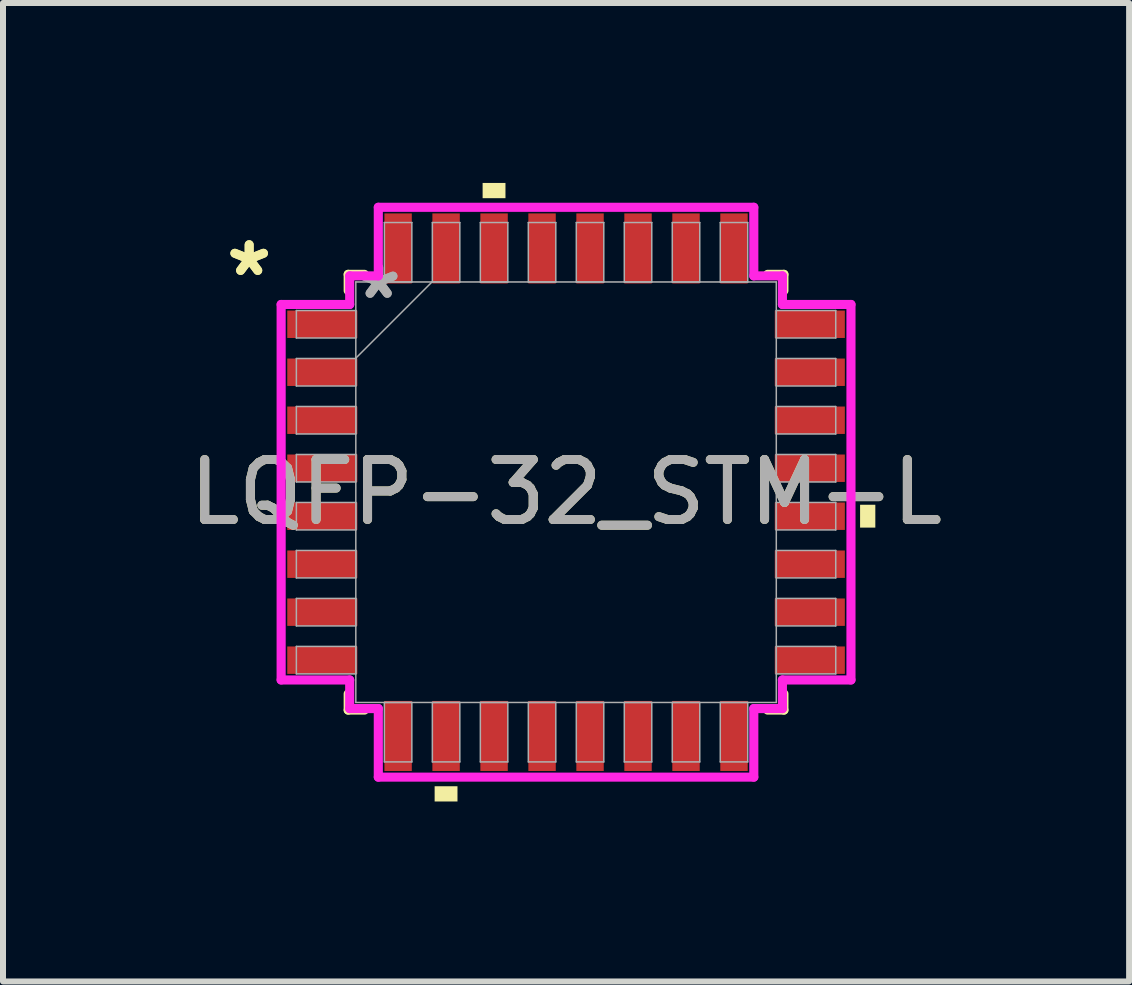
<source format=kicad_pcb>
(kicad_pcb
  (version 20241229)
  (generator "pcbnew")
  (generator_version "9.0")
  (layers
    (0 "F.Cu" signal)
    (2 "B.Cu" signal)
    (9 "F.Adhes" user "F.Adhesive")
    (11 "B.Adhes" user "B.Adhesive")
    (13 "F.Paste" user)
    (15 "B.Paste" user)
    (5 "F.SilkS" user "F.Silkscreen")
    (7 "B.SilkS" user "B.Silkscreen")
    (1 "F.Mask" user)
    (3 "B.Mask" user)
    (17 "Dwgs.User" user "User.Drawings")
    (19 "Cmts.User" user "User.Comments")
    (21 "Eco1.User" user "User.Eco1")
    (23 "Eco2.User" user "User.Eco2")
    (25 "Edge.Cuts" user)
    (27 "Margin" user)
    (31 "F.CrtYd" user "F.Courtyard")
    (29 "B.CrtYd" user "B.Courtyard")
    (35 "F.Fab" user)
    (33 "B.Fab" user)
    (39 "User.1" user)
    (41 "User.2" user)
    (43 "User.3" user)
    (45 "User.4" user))
  (footprint "LQFP-32_STM-L"
    (layer "F.Cu")
    (at 6.387 5.156)
    (property "Reference" "LQFP-32_STM-L" (at 0 0 0) (unlocked yes) (layer "F.SilkS") (effects (font (size 1 1) (thickness 0.15))))
    (attr smd)
    (fp_line (start -3.632 -3.632) (end -3.632 -3.361) (stroke (width 0.152) (type solid)) (layer "F.SilkS"))
    (fp_line (start -3.632 3.361) (end -3.632 3.632) (stroke (width 0.152) (type solid)) (layer "F.SilkS"))
    (fp_line (start -3.632 3.632) (end -3.361 3.632) (stroke (width 0.152) (type solid)) (layer "F.SilkS"))
    (fp_line (start -3.361 -3.632) (end -3.632 -3.632) (stroke (width 0.152) (type solid)) (layer "F.SilkS"))
    (fp_line (start 3.361 3.632) (end 3.632 3.632) (stroke (width 0.152) (type solid)) (layer "F.SilkS"))
    (fp_line (start 3.632 -3.632) (end 3.361 -3.632) (stroke (width 0.152) (type solid)) (layer "F.SilkS"))
    (fp_line (start 3.632 -3.361) (end 3.632 -3.632) (stroke (width 0.152) (type solid)) (layer "F.SilkS"))
    (fp_line (start 3.632 3.632) (end 3.632 3.361) (stroke (width 0.152) (type solid)) (layer "F.SilkS"))
    (fp_poly (pts (xy -2.191 4.902) (xy -2.191 5.156) (xy -1.81 5.156) (xy -1.81 4.902)) (stroke (width 0) (type solid)) (fill yes) (layer "F.SilkS"))
    (fp_poly (pts (xy -1.391 -4.902) (xy -1.391 -5.156) (xy -1.01 -5.156) (xy -1.01 -4.902)) (stroke (width 0) (type solid)) (fill yes) (layer "F.SilkS"))
    (fp_poly (pts (xy 5.156 0.209) (xy 5.156 0.59) (xy 4.902 0.59) (xy 4.902 0.209)) (stroke (width 0) (type solid)) (fill yes) (layer "F.SilkS"))
    (fp_line (start -4.75 -3.13) (end -3.607 -3.13) (stroke (width 0.152) (type solid)) (layer "F.CrtYd"))
    (fp_line (start -4.75 3.13) (end -4.75 -3.13) (stroke (width 0.152) (type solid)) (layer "F.CrtYd"))
    (fp_line (start -3.607 -3.607) (end -3.13 -3.607) (stroke (width 0.152) (type solid)) (layer "F.CrtYd"))
    (fp_line (start -3.607 -3.13) (end -3.607 -3.607) (stroke (width 0.152) (type solid)) (layer "F.CrtYd"))
    (fp_line (start -3.607 3.13) (end -4.75 3.13) (stroke (width 0.152) (type solid)) (layer "F.CrtYd"))
    (fp_line (start -3.607 3.607) (end -3.607 3.13) (stroke (width 0.152) (type solid)) (layer "F.CrtYd"))
    (fp_line (start -3.607 3.607) (end -3.13 3.607) (stroke (width 0.152) (type solid)) (layer "F.CrtYd"))
    (fp_line (start -3.13 -4.75) (end 3.13 -4.75) (stroke (width 0.152) (type solid)) (layer "F.CrtYd"))
    (fp_line (start -3.13 -3.607) (end -3.13 -4.75) (stroke (width 0.152) (type solid)) (layer "F.CrtYd"))
    (fp_line (start -3.13 3.607) (end -3.13 4.75) (stroke (width 0.152) (type solid)) (layer "F.CrtYd"))
    (fp_line (start -3.13 4.75) (end 3.13 4.75) (stroke (width 0.152) (type solid)) (layer "F.CrtYd"))
    (fp_line (start 3.13 -4.75) (end 3.13 -3.607) (stroke (width 0.152) (type solid)) (layer "F.CrtYd"))
    (fp_line (start 3.13 -3.607) (end 3.607 -3.607) (stroke (width 0.152) (type solid)) (layer "F.CrtYd"))
    (fp_line (start 3.13 3.607) (end 3.607 3.607) (stroke (width 0.152) (type solid)) (layer "F.CrtYd"))
    (fp_line (start 3.13 4.75) (end 3.13 3.607) (stroke (width 0.152) (type solid)) (layer "F.CrtYd"))
    (fp_line (start 3.607 -3.13) (end 3.607 -3.607) (stroke (width 0.152) (type solid)) (layer "F.CrtYd"))
    (fp_line (start 3.607 3.13) (end 4.75 3.13) (stroke (width 0.152) (type solid)) (layer "F.CrtYd"))
    (fp_line (start 3.607 3.607) (end 3.607 3.13) (stroke (width 0.152) (type solid)) (layer "F.CrtYd"))
    (fp_line (start 4.75 -3.13) (end 3.607 -3.13) (stroke (width 0.152) (type solid)) (layer "F.CrtYd"))
    (fp_line (start 4.75 3.13) (end 4.75 -3.13) (stroke (width 0.152) (type solid)) (layer "F.CrtYd"))
    (fp_line (start -4.496 -3.029) (end -4.496 -2.571) (stroke (width 0.025) (type solid)) (layer "F.Fab"))
    (fp_line (start -4.496 -2.571) (end -3.505 -2.571) (stroke (width 0.025) (type solid)) (layer "F.Fab"))
    (fp_line (start -4.496 -2.229) (end -4.496 -1.771) (stroke (width 0.025) (type solid)) (layer "F.Fab"))
    (fp_line (start -4.496 -1.771) (end -3.505 -1.771) (stroke (width 0.025) (type solid)) (layer "F.Fab"))
    (fp_line (start -4.496 -1.429) (end -4.496 -0.971) (stroke (width 0.025) (type solid)) (layer "F.Fab"))
    (fp_line (start -4.496 -0.971) (end -3.505 -0.971) (stroke (width 0.025) (type solid)) (layer "F.Fab"))
    (fp_line (start -4.496 -0.629) (end -4.496 -0.171) (stroke (width 0.025) (type solid)) (layer "F.Fab"))
    (fp_line (start -4.496 -0.171) (end -3.505 -0.171) (stroke (width 0.025) (type solid)) (layer "F.Fab"))
    (fp_line (start -4.496 0.171) (end -4.496 0.629) (stroke (width 0.025) (type solid)) (layer "F.Fab"))
    (fp_line (start -4.496 0.629) (end -3.505 0.629) (stroke (width 0.025) (type solid)) (layer "F.Fab"))
    (fp_line (start -4.496 0.971) (end -4.496 1.429) (stroke (width 0.025) (type solid)) (layer "F.Fab"))
    (fp_line (start -4.496 1.429) (end -3.505 1.429) (stroke (width 0.025) (type solid)) (layer "F.Fab"))
    (fp_line (start -4.496 1.771) (end -4.496 2.229) (stroke (width 0.025) (type solid)) (layer "F.Fab"))
    (fp_line (start -4.496 2.229) (end -3.505 2.229) (stroke (width 0.025) (type solid)) (layer "F.Fab"))
    (fp_line (start -4.496 2.571) (end -4.496 3.029) (stroke (width 0.025) (type solid)) (layer "F.Fab"))
    (fp_line (start -4.496 3.029) (end -3.505 3.029) (stroke (width 0.025) (type solid)) (layer "F.Fab"))
    (fp_line (start -3.505 -3.505) (end -3.505 3.505) (stroke (width 0.025) (type solid)) (layer "F.Fab"))
    (fp_line (start -3.505 -3.029) (end -4.496 -3.029) (stroke (width 0.025) (type solid)) (layer "F.Fab"))
    (fp_line (start -3.505 -2.571) (end -3.505 -3.029) (stroke (width 0.025) (type solid)) (layer "F.Fab"))
    (fp_line (start -3.505 -2.235) (end -2.235 -3.505) (stroke (width 0.025) (type solid)) (layer "F.Fab"))
    (fp_line (start -3.505 -2.229) (end -4.496 -2.229) (stroke (width 0.025) (type solid)) (layer "F.Fab"))
    (fp_line (start -3.505 -1.771) (end -3.505 -2.229) (stroke (width 0.025) (type solid)) (layer "F.Fab"))
    (fp_line (start -3.505 -1.429) (end -4.496 -1.429) (stroke (width 0.025) (type solid)) (layer "F.Fab"))
    (fp_line (start -3.505 -0.971) (end -3.505 -1.429) (stroke (width 0.025) (type solid)) (layer "F.Fab"))
    (fp_line (start -3.505 -0.629) (end -4.496 -0.629) (stroke (width 0.025) (type solid)) (layer "F.Fab"))
    (fp_line (start -3.505 -0.171) (end -3.505 -0.629) (stroke (width 0.025) (type solid)) (layer "F.Fab"))
    (fp_line (start -3.505 0.171) (end -4.496 0.171) (stroke (width 0.025) (type solid)) (layer "F.Fab"))
    (fp_line (start -3.505 0.629) (end -3.505 0.171) (stroke (width 0.025) (type solid)) (layer "F.Fab"))
    (fp_line (start -3.505 0.971) (end -4.496 0.971) (stroke (width 0.025) (type solid)) (layer "F.Fab"))
    (fp_line (start -3.505 1.429) (end -3.505 0.971) (stroke (width 0.025) (type solid)) (layer "F.Fab"))
    (fp_line (start -3.505 1.771) (end -4.496 1.771) (stroke (width 0.025) (type solid)) (layer "F.Fab"))
    (fp_line (start -3.505 2.229) (end -3.505 1.771) (stroke (width 0.025) (type solid)) (layer "F.Fab"))
    (fp_line (start -3.505 2.571) (end -4.496 2.571) (stroke (width 0.025) (type solid)) (layer "F.Fab"))
    (fp_line (start -3.505 3.029) (end -3.505 2.571) (stroke (width 0.025) (type solid)) (layer "F.Fab"))
    (fp_line (start -3.505 3.505) (end 3.505 3.505) (stroke (width 0.025) (type solid)) (layer "F.Fab"))
    (fp_line (start -3.029 -4.496) (end -3.029 -3.505) (stroke (width 0.025) (type solid)) (layer "F.Fab"))
    (fp_line (start -3.029 -3.505) (end -2.571 -3.505) (stroke (width 0.025) (type solid)) (layer "F.Fab"))
    (fp_line (start -3.029 3.505) (end -3.029 4.496) (stroke (width 0.025) (type solid)) (layer "F.Fab"))
    (fp_line (start -3.029 4.496) (end -2.571 4.496) (stroke (width 0.025) (type solid)) (layer "F.Fab"))
    (fp_line (start -2.571 -4.496) (end -3.029 -4.496) (stroke (width 0.025) (type solid)) (layer "F.Fab"))
    (fp_line (start -2.571 -3.505) (end -2.571 -4.496) (stroke (width 0.025) (type solid)) (layer "F.Fab"))
    (fp_line (start -2.571 3.505) (end -3.029 3.505) (stroke (width 0.025) (type solid)) (layer "F.Fab"))
    (fp_line (start -2.571 4.496) (end -2.571 3.505) (stroke (width 0.025) (type solid)) (layer "F.Fab"))
    (fp_line (start -2.229 -4.496) (end -2.229 -3.505) (stroke (width 0.025) (type solid)) (layer "F.Fab"))
    (fp_line (start -2.229 -3.505) (end -1.771 -3.505) (stroke (width 0.025) (type solid)) (layer "F.Fab"))
    (fp_line (start -2.229 3.505) (end -2.229 4.496) (stroke (width 0.025) (type solid)) (layer "F.Fab"))
    (fp_line (start -2.229 4.496) (end -1.771 4.496) (stroke (width 0.025) (type solid)) (layer "F.Fab"))
    (fp_line (start -1.771 -4.496) (end -2.229 -4.496) (stroke (width 0.025) (type solid)) (layer "F.Fab"))
    (fp_line (start -1.771 -3.505) (end -1.771 -4.496) (stroke (width 0.025) (type solid)) (layer "F.Fab"))
    (fp_line (start -1.771 3.505) (end -2.229 3.505) (stroke (width 0.025) (type solid)) (layer "F.Fab"))
    (fp_line (start -1.771 4.496) (end -1.771 3.505) (stroke (width 0.025) (type solid)) (layer "F.Fab"))
    (fp_line (start -1.429 -4.496) (end -1.429 -3.505) (stroke (width 0.025) (type solid)) (layer "F.Fab"))
    (fp_line (start -1.429 -3.505) (end -0.971 -3.505) (stroke (width 0.025) (type solid)) (layer "F.Fab"))
    (fp_line (start -1.429 3.505) (end -1.429 4.496) (stroke (width 0.025) (type solid)) (layer "F.Fab"))
    (fp_line (start -1.429 4.496) (end -0.971 4.496) (stroke (width 0.025) (type solid)) (layer "F.Fab"))
    (fp_line (start -0.971 -4.496) (end -1.429 -4.496) (stroke (width 0.025) (type solid)) (layer "F.Fab"))
    (fp_line (start -0.971 -3.505) (end -0.971 -4.496) (stroke (width 0.025) (type solid)) (layer "F.Fab"))
    (fp_line (start -0.971 3.505) (end -1.429 3.505) (stroke (width 0.025) (type solid)) (layer "F.Fab"))
    (fp_line (start -0.971 4.496) (end -0.971 3.505) (stroke (width 0.025) (type solid)) (layer "F.Fab"))
    (fp_line (start -0.629 -4.496) (end -0.629 -3.505) (stroke (width 0.025) (type solid)) (layer "F.Fab"))
    (fp_line (start -0.629 -3.505) (end -0.171 -3.505) (stroke (width 0.025) (type solid)) (layer "F.Fab"))
    (fp_line (start -0.629 3.505) (end -0.629 4.496) (stroke (width 0.025) (type solid)) (layer "F.Fab"))
    (fp_line (start -0.629 4.496) (end -0.171 4.496) (stroke (width 0.025) (type solid)) (layer "F.Fab"))
    (fp_line (start -0.171 -4.496) (end -0.629 -4.496) (stroke (width 0.025) (type solid)) (layer "F.Fab"))
    (fp_line (start -0.171 -3.505) (end -0.171 -4.496) (stroke (width 0.025) (type solid)) (layer "F.Fab"))
    (fp_line (start -0.171 3.505) (end -0.629 3.505) (stroke (width 0.025) (type solid)) (layer "F.Fab"))
    (fp_line (start -0.171 4.496) (end -0.171 3.505) (stroke (width 0.025) (type solid)) (layer "F.Fab"))
    (fp_line (start 0.171 -4.496) (end 0.171 -3.505) (stroke (width 0.025) (type solid)) (layer "F.Fab"))
    (fp_line (start 0.171 -3.505) (end 0.629 -3.505) (stroke (width 0.025) (type solid)) (layer "F.Fab"))
    (fp_line (start 0.171 3.505) (end 0.171 4.496) (stroke (width 0.025) (type solid)) (layer "F.Fab"))
    (fp_line (start 0.171 4.496) (end 0.629 4.496) (stroke (width 0.025) (type solid)) (layer "F.Fab"))
    (fp_line (start 0.629 -4.496) (end 0.171 -4.496) (stroke (width 0.025) (type solid)) (layer "F.Fab"))
    (fp_line (start 0.629 -3.505) (end 0.629 -4.496) (stroke (width 0.025) (type solid)) (layer "F.Fab"))
    (fp_line (start 0.629 3.505) (end 0.171 3.505) (stroke (width 0.025) (type solid)) (layer "F.Fab"))
    (fp_line (start 0.629 4.496) (end 0.629 3.505) (stroke (width 0.025) (type solid)) (layer "F.Fab"))
    (fp_line (start 0.971 -4.496) (end 0.971 -3.505) (stroke (width 0.025) (type solid)) (layer "F.Fab"))
    (fp_line (start 0.971 -3.505) (end 1.429 -3.505) (stroke (width 0.025) (type solid)) (layer "F.Fab"))
    (fp_line (start 0.971 3.505) (end 0.971 4.496) (stroke (width 0.025) (type solid)) (layer "F.Fab"))
    (fp_line (start 0.971 4.496) (end 1.429 4.496) (stroke (width 0.025) (type solid)) (layer "F.Fab"))
    (fp_line (start 1.429 -4.496) (end 0.971 -4.496) (stroke (width 0.025) (type solid)) (layer "F.Fab"))
    (fp_line (start 1.429 -3.505) (end 1.429 -4.496) (stroke (width 0.025) (type solid)) (layer "F.Fab"))
    (fp_line (start 1.429 3.505) (end 0.971 3.505) (stroke (width 0.025) (type solid)) (layer "F.Fab"))
    (fp_line (start 1.429 4.496) (end 1.429 3.505) (stroke (width 0.025) (type solid)) (layer "F.Fab"))
    (fp_line (start 1.771 -4.496) (end 1.771 -3.505) (stroke (width 0.025) (type solid)) (layer "F.Fab"))
    (fp_line (start 1.771 -3.505) (end 2.229 -3.505) (stroke (width 0.025) (type solid)) (layer "F.Fab"))
    (fp_line (start 1.771 3.505) (end 1.771 4.496) (stroke (width 0.025) (type solid)) (layer "F.Fab"))
    (fp_line (start 1.771 4.496) (end 2.229 4.496) (stroke (width 0.025) (type solid)) (layer "F.Fab"))
    (fp_line (start 2.229 -4.496) (end 1.771 -4.496) (stroke (width 0.025) (type solid)) (layer "F.Fab"))
    (fp_line (start 2.229 -3.505) (end 2.229 -4.496) (stroke (width 0.025) (type solid)) (layer "F.Fab"))
    (fp_line (start 2.229 3.505) (end 1.771 3.505) (stroke (width 0.025) (type solid)) (layer "F.Fab"))
    (fp_line (start 2.229 4.496) (end 2.229 3.505) (stroke (width 0.025) (type solid)) (layer "F.Fab"))
    (fp_line (start 2.571 -4.496) (end 2.571 -3.505) (stroke (width 0.025) (type solid)) (layer "F.Fab"))
    (fp_line (start 2.571 -3.505) (end 3.029 -3.505) (stroke (width 0.025) (type solid)) (layer "F.Fab"))
    (fp_line (start 2.571 3.505) (end 2.571 4.496) (stroke (width 0.025) (type solid)) (layer "F.Fab"))
    (fp_line (start 2.571 4.496) (end 3.029 4.496) (stroke (width 0.025) (type solid)) (layer "F.Fab"))
    (fp_line (start 3.029 -4.496) (end 2.571 -4.496) (stroke (width 0.025) (type solid)) (layer "F.Fab"))
    (fp_line (start 3.029 -3.505) (end 3.029 -4.496) (stroke (width 0.025) (type solid)) (layer "F.Fab"))
    (fp_line (start 3.029 3.505) (end 2.571 3.505) (stroke (width 0.025) (type solid)) (layer "F.Fab"))
    (fp_line (start 3.029 4.496) (end 3.029 3.505) (stroke (width 0.025) (type solid)) (layer "F.Fab"))
    (fp_line (start 3.505 -3.505) (end -3.505 -3.505) (stroke (width 0.025) (type solid)) (layer "F.Fab"))
    (fp_line (start 3.505 -3.029) (end 3.505 -2.571) (stroke (width 0.025) (type solid)) (layer "F.Fab"))
    (fp_line (start 3.505 -2.571) (end 4.496 -2.571) (stroke (width 0.025) (type solid)) (layer "F.Fab"))
    (fp_line (start 3.505 -2.229) (end 3.505 -1.771) (stroke (width 0.025) (type solid)) (layer "F.Fab"))
    (fp_line (start 3.505 -1.771) (end 4.496 -1.771) (stroke (width 0.025) (type solid)) (layer "F.Fab"))
    (fp_line (start 3.505 -1.429) (end 3.505 -0.971) (stroke (width 0.025) (type solid)) (layer "F.Fab"))
    (fp_line (start 3.505 -0.971) (end 4.496 -0.971) (stroke (width 0.025) (type solid)) (layer "F.Fab"))
    (fp_line (start 3.505 -0.629) (end 3.505 -0.171) (stroke (width 0.025) (type solid)) (layer "F.Fab"))
    (fp_line (start 3.505 -0.171) (end 4.496 -0.171) (stroke (width 0.025) (type solid)) (layer "F.Fab"))
    (fp_line (start 3.505 0.171) (end 3.505 0.629) (stroke (width 0.025) (type solid)) (layer "F.Fab"))
    (fp_line (start 3.505 0.629) (end 4.496 0.629) (stroke (width 0.025) (type solid)) (layer "F.Fab"))
    (fp_line (start 3.505 0.971) (end 3.505 1.429) (stroke (width 0.025) (type solid)) (layer "F.Fab"))
    (fp_line (start 3.505 1.429) (end 4.496 1.429) (stroke (width 0.025) (type solid)) (layer "F.Fab"))
    (fp_line (start 3.505 1.771) (end 3.505 2.229) (stroke (width 0.025) (type solid)) (layer "F.Fab"))
    (fp_line (start 3.505 2.229) (end 4.496 2.229) (stroke (width 0.025) (type solid)) (layer "F.Fab"))
    (fp_line (start 3.505 2.571) (end 3.505 3.029) (stroke (width 0.025) (type solid)) (layer "F.Fab"))
    (fp_line (start 3.505 3.029) (end 4.496 3.029) (stroke (width 0.025) (type solid)) (layer "F.Fab"))
    (fp_line (start 3.505 3.505) (end 3.505 -3.505) (stroke (width 0.025) (type solid)) (layer "F.Fab"))
    (fp_line (start 4.496 -3.029) (end 3.505 -3.029) (stroke (width 0.025) (type solid)) (layer "F.Fab"))
    (fp_line (start 4.496 -2.571) (end 4.496 -3.029) (stroke (width 0.025) (type solid)) (layer "F.Fab"))
    (fp_line (start 4.496 -2.229) (end 3.505 -2.229) (stroke (width 0.025) (type solid)) (layer "F.Fab"))
    (fp_line (start 4.496 -1.771) (end 4.496 -2.229) (stroke (width 0.025) (type solid)) (layer "F.Fab"))
    (fp_line (start 4.496 -1.429) (end 3.505 -1.429) (stroke (width 0.025) (type solid)) (layer "F.Fab"))
    (fp_line (start 4.496 -0.971) (end 4.496 -1.429) (stroke (width 0.025) (type solid)) (layer "F.Fab"))
    (fp_line (start 4.496 -0.629) (end 3.505 -0.629) (stroke (width 0.025) (type solid)) (layer "F.Fab"))
    (fp_line (start 4.496 -0.171) (end 4.496 -0.629) (stroke (width 0.025) (type solid)) (layer "F.Fab"))
    (fp_line (start 4.496 0.171) (end 3.505 0.171) (stroke (width 0.025) (type solid)) (layer "F.Fab"))
    (fp_line (start 4.496 0.629) (end 4.496 0.171) (stroke (width 0.025) (type solid)) (layer "F.Fab"))
    (fp_line (start 4.496 0.971) (end 3.505 0.971) (stroke (width 0.025) (type solid)) (layer "F.Fab"))
    (fp_line (start 4.496 1.429) (end 4.496 0.971) (stroke (width 0.025) (type solid)) (layer "F.Fab"))
    (fp_line (start 4.496 1.771) (end 3.505 1.771) (stroke (width 0.025) (type solid)) (layer "F.Fab"))
    (fp_line (start 4.496 2.229) (end 4.496 1.771) (stroke (width 0.025) (type solid)) (layer "F.Fab"))
    (fp_line (start 4.496 2.571) (end 3.505 2.571) (stroke (width 0.025) (type solid)) (layer "F.Fab"))
    (fp_line (start 4.496 3.029) (end 4.496 2.571) (stroke (width 0.025) (type solid)) (layer "F.Fab"))
    (fp_text user "*" (at -5.283 -3.581 0) (unlocked yes) (layer "F.SilkS") (effects (font (size 1 1) (thickness 0.15))))
    (fp_text user "*" (at -5.283 -3.581 0) (layer "F.SilkS") (effects (font (size 1 1) (thickness 0.15))))
    (fp_text user "*" (at -3.124 -3.2 0) (layer "F.Fab") (effects (font (size 1 1) (thickness 0.15))))
    (fp_text user "*" (at -3.124 -3.2 0) (unlocked yes) (layer "F.Fab") (effects (font (size 1 1) (thickness 0.15))))
    (fp_text user "${REFERENCE}" (at 0 0 0) (unlocked yes) (layer "F.Fab") (effects (font (size 1 1) (thickness 0.15))))
    (pad "1" smd rect (at -4.064 -2.8 90) (size 0.457 1.168) (layers "F.Cu" "F.Mask" "F.Paste"))
    (pad "2" smd rect (at -4.064 -2 90) (size 0.457 1.168) (layers "F.Cu" "F.Mask" "F.Paste"))
    (pad "3" smd rect (at -4.064 -1.2 90) (size 0.457 1.168) (layers "F.Cu" "F.Mask" "F.Paste"))
    (pad "4" smd rect (at -4.064 -0.4 90) (size 0.457 1.168) (layers "F.Cu" "F.Mask" "F.Paste"))
    (pad "5" smd rect (at -4.064 0.4 90) (size 0.457 1.168) (layers "F.Cu" "F.Mask" "F.Paste"))
    (pad "6" smd rect (at -4.064 1.2 90) (size 0.457 1.168) (layers "F.Cu" "F.Mask" "F.Paste"))
    (pad "7" smd rect (at -4.064 2 90) (size 0.457 1.168) (layers "F.Cu" "F.Mask" "F.Paste"))
    (pad "8" smd rect (at -4.064 2.8 90) (size 0.457 1.168) (layers "F.Cu" "F.Mask" "F.Paste"))
    (pad "9" smd rect (at -2.8 4.064) (size 0.457 1.168) (layers "F.Cu" "F.Mask" "F.Paste"))
    (pad "10" smd rect (at -2 4.064) (size 0.457 1.168) (layers "F.Cu" "F.Mask" "F.Paste"))
    (pad "11" smd rect (at -1.2 4.064) (size 0.457 1.168) (layers "F.Cu" "F.Mask" "F.Paste"))
    (pad "12" smd rect (at -0.4 4.064) (size 0.457 1.168) (layers "F.Cu" "F.Mask" "F.Paste"))
    (pad "13" smd rect (at 0.4 4.064) (size 0.457 1.168) (layers "F.Cu" "F.Mask" "F.Paste"))
    (pad "14" smd rect (at 1.2 4.064) (size 0.457 1.168) (layers "F.Cu" "F.Mask" "F.Paste"))
    (pad "15" smd rect (at 2 4.064) (size 0.457 1.168) (layers "F.Cu" "F.Mask" "F.Paste"))
    (pad "16" smd rect (at 2.8 4.064) (size 0.457 1.168) (layers "F.Cu" "F.Mask" "F.Paste"))
    (pad "17" smd rect (at 4.064 2.8 90) (size 0.457 1.168) (layers "F.Cu" "F.Mask" "F.Paste"))
    (pad "18" smd rect (at 4.064 2 90) (size 0.457 1.168) (layers "F.Cu" "F.Mask" "F.Paste"))
    (pad "19" smd rect (at 4.064 1.2 90) (size 0.457 1.168) (layers "F.Cu" "F.Mask" "F.Paste"))
    (pad "20" smd rect (at 4.064 0.4 90) (size 0.457 1.168) (layers "F.Cu" "F.Mask" "F.Paste"))
    (pad "21" smd rect (at 4.064 -0.4 90) (size 0.457 1.168) (layers "F.Cu" "F.Mask" "F.Paste"))
    (pad "22" smd rect (at 4.064 -1.2 90) (size 0.457 1.168) (layers "F.Cu" "F.Mask" "F.Paste"))
    (pad "23" smd rect (at 4.064 -2 90) (size 0.457 1.168) (layers "F.Cu" "F.Mask" "F.Paste"))
    (pad "24" smd rect (at 4.064 -2.8 90) (size 0.457 1.168) (layers "F.Cu" "F.Mask" "F.Paste"))
    (pad "25" smd rect (at 2.8 -4.064) (size 0.457 1.168) (layers "F.Cu" "F.Mask" "F.Paste"))
    (pad "26" smd rect (at 2 -4.064) (size 0.457 1.168) (layers "F.Cu" "F.Mask" "F.Paste"))
    (pad "27" smd rect (at 1.2 -4.064) (size 0.457 1.168) (layers "F.Cu" "F.Mask" "F.Paste"))
    (pad "28" smd rect (at 0.4 -4.064) (size 0.457 1.168) (layers "F.Cu" "F.Mask" "F.Paste"))
    (pad "29" smd rect (at -0.4 -4.064) (size 0.457 1.168) (layers "F.Cu" "F.Mask" "F.Paste"))
    (pad "30" smd rect (at -1.2 -4.064) (size 0.457 1.168) (layers "F.Cu" "F.Mask" "F.Paste"))
    (pad "31" smd rect (at -2 -4.064) (size 0.457 1.168) (layers "F.Cu" "F.Mask" "F.Paste"))
    (pad "32" smd rect (at -2.8 -4.064) (size 0.457 1.168) (layers "F.Cu" "F.Mask" "F.Paste")))
  (gr_rect
    (start -3 -3)
    (end 15.774 13.312)
    (stroke (width 0.1) (type default))
    (fill no)
    (layer "Edge.Cuts")))
</source>
